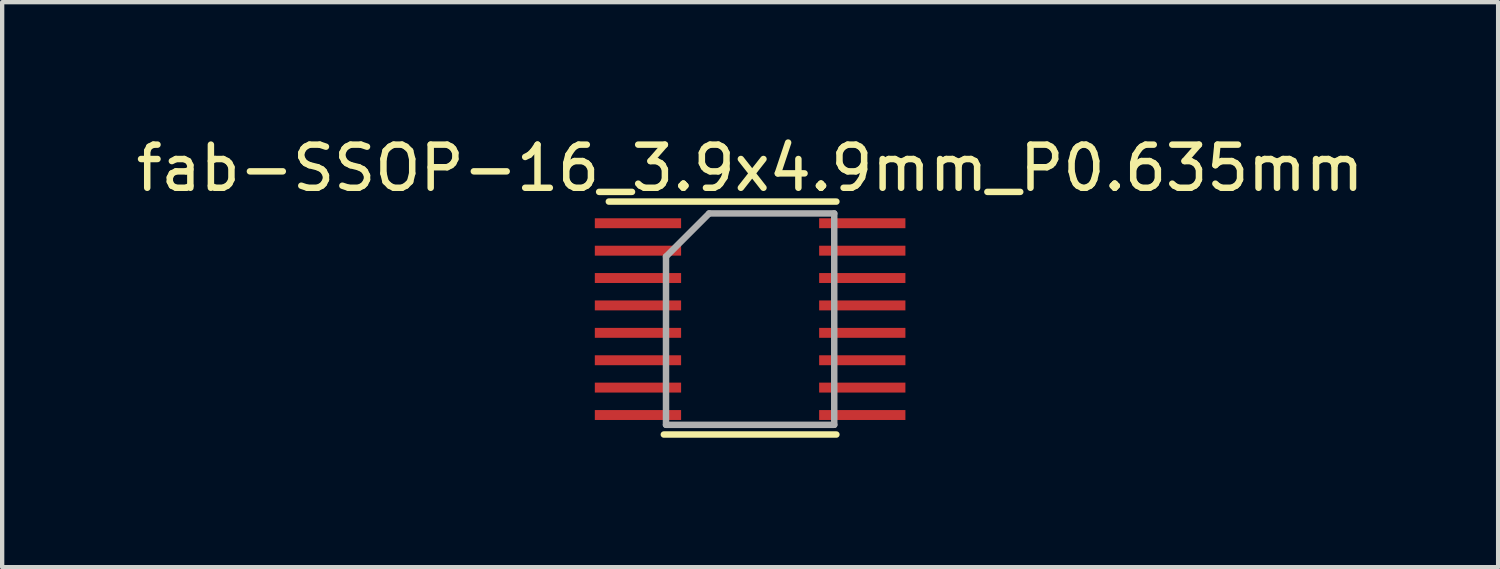
<source format=kicad_pcb>
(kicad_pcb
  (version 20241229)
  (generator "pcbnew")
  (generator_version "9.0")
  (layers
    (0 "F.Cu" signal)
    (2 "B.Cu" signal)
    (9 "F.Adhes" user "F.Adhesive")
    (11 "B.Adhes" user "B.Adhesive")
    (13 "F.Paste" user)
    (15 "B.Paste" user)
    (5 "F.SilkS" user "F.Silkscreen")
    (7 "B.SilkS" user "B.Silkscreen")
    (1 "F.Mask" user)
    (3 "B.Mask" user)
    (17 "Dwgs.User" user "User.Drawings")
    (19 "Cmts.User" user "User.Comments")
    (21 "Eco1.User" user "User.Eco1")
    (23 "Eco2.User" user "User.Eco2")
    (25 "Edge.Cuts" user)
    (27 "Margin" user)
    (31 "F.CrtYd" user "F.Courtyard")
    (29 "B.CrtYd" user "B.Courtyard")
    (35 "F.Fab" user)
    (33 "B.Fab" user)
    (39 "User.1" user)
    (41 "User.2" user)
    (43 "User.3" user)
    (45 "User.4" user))
  (footprint "fab-SSOP-16_3.9x4.9mm_P0.635mm"
    (layer "F.Cu")
    (at 14.339 4.348)
    (property "Reference" "fab-SSOP-16_3.9x4.9mm_P0.635mm" (at 0 -3.5 0) (layer "F.SilkS") (effects (font (size 1 1) (thickness 0.15))))
    (attr smd)
    (fp_line (start -3.275 -2.725) (end 2 -2.725) (stroke (width 0.15) (type solid)) (layer "F.SilkS"))
    (fp_line (start -2 2.675) (end 2 2.675) (stroke (width 0.15) (type solid)) (layer "F.SilkS"))
    (fp_line (start -1.95 -1.45) (end -0.95 -2.45) (stroke (width 0.15) (type solid)) (layer "F.Fab"))
    (fp_line (start -1.95 2.45) (end -1.95 -1.45) (stroke (width 0.15) (type solid)) (layer "F.Fab"))
    (fp_line (start -0.95 -2.45) (end 1.95 -2.45) (stroke (width 0.15) (type solid)) (layer "F.Fab"))
    (fp_line (start 1.95 -2.45) (end 1.95 2.45) (stroke (width 0.15) (type solid)) (layer "F.Fab"))
    (fp_line (start 1.95 2.45) (end -1.95 2.45) (stroke (width 0.15) (type solid)) (layer "F.Fab"))
    (pad "1" smd rect (at -2.6 -2.223) (size 2 0.23) (layers "F.Cu"))
    (pad "2" smd rect (at -2.6 -1.587) (size 2 0.23) (layers "F.Cu"))
    (pad "3" smd rect (at -2.6 -0.953) (size 2 0.23) (layers "F.Cu"))
    (pad "4" smd rect (at -2.6 -0.318) (size 2 0.23) (layers "F.Cu"))
    (pad "5" smd rect (at -2.6 0.318) (size 2 0.23) (layers "F.Cu"))
    (pad "6" smd rect (at -2.6 0.953) (size 2 0.23) (layers "F.Cu"))
    (pad "7" smd rect (at -2.6 1.587) (size 2 0.23) (layers "F.Cu"))
    (pad "8" smd rect (at -2.6 2.223) (size 2 0.23) (layers "F.Cu"))
    (pad "9" smd rect (at 2.6 2.223) (size 2 0.23) (layers "F.Cu"))
    (pad "10" smd rect (at 2.6 1.587) (size 2 0.23) (layers "F.Cu"))
    (pad "11" smd rect (at 2.6 0.953) (size 2 0.23) (layers "F.Cu"))
    (pad "12" smd rect (at 2.6 0.318) (size 2 0.23) (layers "F.Cu"))
    (pad "13" smd rect (at 2.6 -0.318) (size 2 0.23) (layers "F.Cu"))
    (pad "14" smd rect (at 2.6 -0.953) (size 2 0.23) (layers "F.Cu"))
    (pad "15" smd rect (at 2.6 -1.587) (size 2 0.23) (layers "F.Cu"))
    (pad "16" smd rect (at 2.6 -2.223) (size 2 0.23) (layers "F.Cu")))
  (gr_rect
    (start -3 -3)
    (end 31.679 10.098)
    (stroke (width 0.1) (type default))
    (fill no)
    (layer "Edge.Cuts")))
</source>
